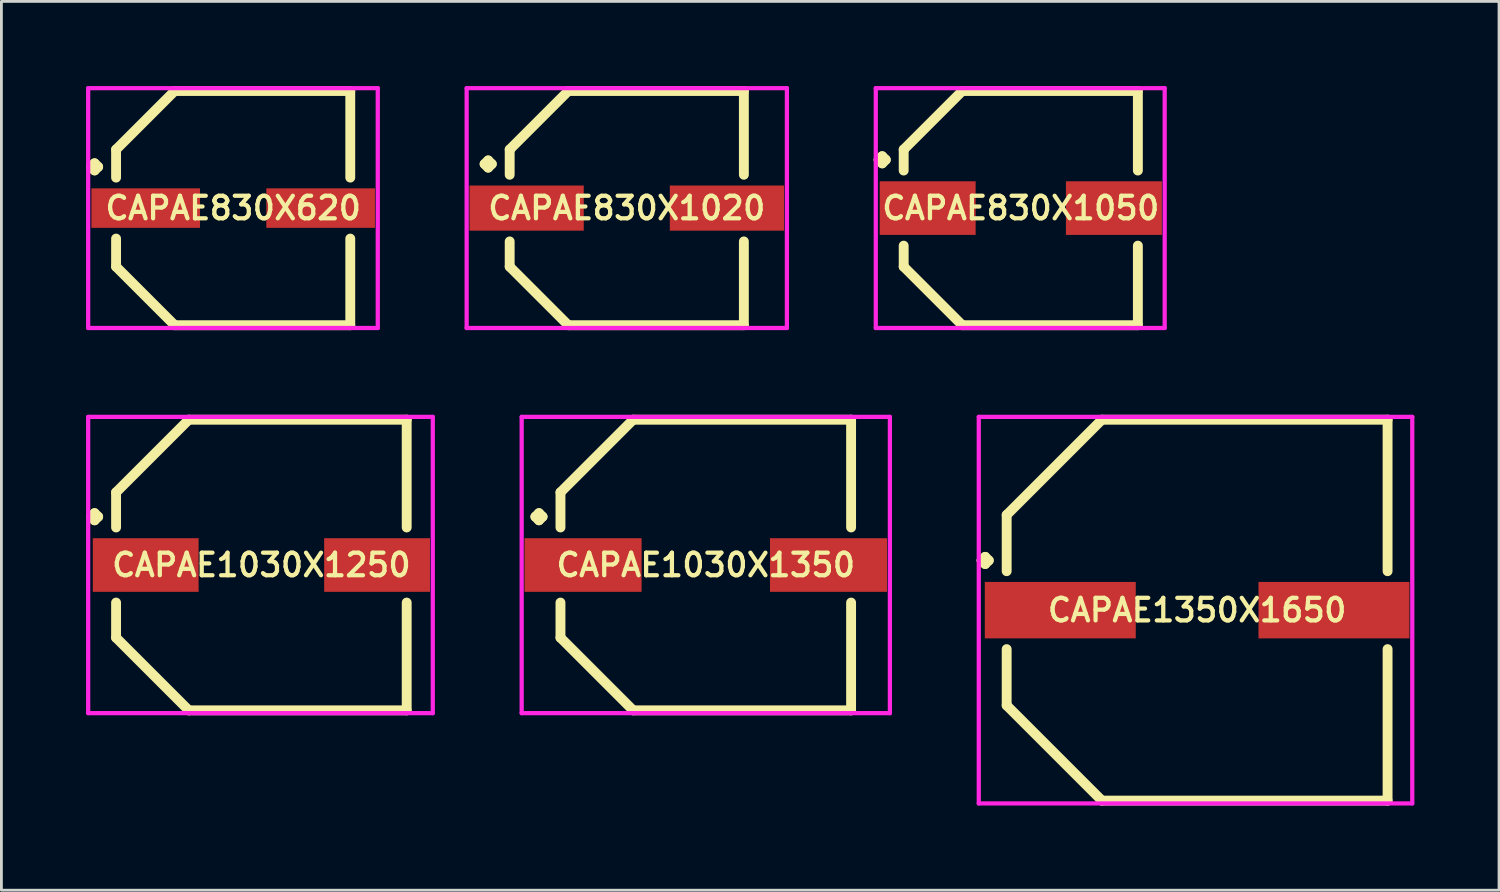
<source format=kicad_pcb>
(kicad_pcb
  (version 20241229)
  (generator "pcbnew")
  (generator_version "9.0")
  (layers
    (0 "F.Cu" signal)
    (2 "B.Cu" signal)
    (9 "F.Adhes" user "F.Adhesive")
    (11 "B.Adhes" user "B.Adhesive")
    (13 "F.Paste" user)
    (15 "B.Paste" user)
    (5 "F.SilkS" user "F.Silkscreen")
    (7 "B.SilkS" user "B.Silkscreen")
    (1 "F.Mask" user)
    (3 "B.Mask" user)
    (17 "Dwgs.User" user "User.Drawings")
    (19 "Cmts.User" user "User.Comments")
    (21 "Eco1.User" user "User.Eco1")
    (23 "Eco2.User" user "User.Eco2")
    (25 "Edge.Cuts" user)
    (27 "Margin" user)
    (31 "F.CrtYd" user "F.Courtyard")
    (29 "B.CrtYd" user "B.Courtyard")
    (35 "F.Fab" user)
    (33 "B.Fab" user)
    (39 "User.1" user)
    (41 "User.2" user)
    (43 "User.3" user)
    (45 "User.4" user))
  (footprint "CAPAE830X1050"
    (layer "F.Cu")
    (at 33.128 4.325)
    (property "Reference" "CAPAE830X1050" (at 0 0 0) (layer "F.SilkS") (effects (font (size 0.8 0.8) (thickness 0.15))))
    (attr smd)
    (fp_line (start -5.039 -1.712) (end -4.912 -1.839) (stroke (width 0.35) (type solid)) (layer "F.SilkS"))
    (fp_line (start -4.912 -1.839) (end -4.785 -1.712) (stroke (width 0.35) (type solid)) (layer "F.SilkS"))
    (fp_line (start -4.912 -1.585) (end -5.039 -1.712) (stroke (width 0.35) (type solid)) (layer "F.SilkS"))
    (fp_line (start -4.785 -1.712) (end -4.912 -1.585) (stroke (width 0.35) (type solid)) (layer "F.SilkS"))
    (fp_line (start -4.15 -2.075) (end -4.15 -1.331) (stroke (width 0.35) (type solid)) (layer "F.SilkS"))
    (fp_line (start -4.15 2.075) (end -4.15 1.331) (stroke (width 0.35) (type solid)) (layer "F.SilkS"))
    (fp_line (start -2.075 -4.15) (end -4.15 -2.075) (stroke (width 0.35) (type solid)) (layer "F.SilkS"))
    (fp_line (start -2.075 4.15) (end -4.15 2.075) (stroke (width 0.35) (type solid)) (layer "F.SilkS"))
    (fp_line (start 4.15 -4.15) (end -2.075 -4.15) (stroke (width 0.35) (type solid)) (layer "F.SilkS"))
    (fp_line (start 4.15 -1.331) (end 4.15 -4.15) (stroke (width 0.35) (type solid)) (layer "F.SilkS"))
    (fp_line (start 4.15 1.331) (end 4.15 4.15) (stroke (width 0.35) (type solid)) (layer "F.SilkS"))
    (fp_line (start 4.15 4.15) (end -2.075 4.15) (stroke (width 0.35) (type solid)) (layer "F.SilkS"))
    (fp_line (start -5.139 -4.25) (end 5.1 -4.25) (stroke (width 0.15) (type solid)) (layer "F.CrtYd"))
    (fp_line (start -5.139 4.25) (end -5.139 -4.25) (stroke (width 0.15) (type solid)) (layer "F.CrtYd"))
    (fp_line (start 5.1 -4.25) (end 5.1 4.25) (stroke (width 0.15) (type solid)) (layer "F.CrtYd"))
    (fp_line (start 5.1 4.25) (end -5.139 4.25) (stroke (width 0.15) (type solid)) (layer "F.CrtYd"))
    (pad "1" smd rect (at -3.3 0) (size 3.4 1.9) (layers "F.Cu" "F.Mask" "F.Paste"))
    (pad "2" smd rect (at 3.3 0) (size 3.4 1.9) (layers "F.Cu" "F.Mask" "F.Paste")))
  (footprint "CAPAE1350X1650"
    (layer "F.Cu")
    (at 39.378 18.575)
    (property "Reference" "CAPAE1350X1650" (at 0 0 0) (layer "F.SilkS") (effects (font (size 0.8 0.8) (thickness 0.15))))
    (attr smd)
    (fp_line (start -7.639 -1.762) (end -7.512 -1.889) (stroke (width 0.35) (type solid)) (layer "F.SilkS"))
    (fp_line (start -7.512 -1.889) (end -7.385 -1.762) (stroke (width 0.35) (type solid)) (layer "F.SilkS"))
    (fp_line (start -7.512 -1.635) (end -7.639 -1.762) (stroke (width 0.35) (type solid)) (layer "F.SilkS"))
    (fp_line (start -7.385 -1.762) (end -7.512 -1.635) (stroke (width 0.35) (type solid)) (layer "F.SilkS"))
    (fp_line (start -6.75 -3.375) (end -6.75 -1.381) (stroke (width 0.35) (type solid)) (layer "F.SilkS"))
    (fp_line (start -6.75 3.375) (end -6.75 1.381) (stroke (width 0.35) (type solid)) (layer "F.SilkS"))
    (fp_line (start -3.375 -6.75) (end -6.75 -3.375) (stroke (width 0.35) (type solid)) (layer "F.SilkS"))
    (fp_line (start -3.375 6.75) (end -6.75 3.375) (stroke (width 0.35) (type solid)) (layer "F.SilkS"))
    (fp_line (start 6.75 -6.75) (end -3.375 -6.75) (stroke (width 0.35) (type solid)) (layer "F.SilkS"))
    (fp_line (start 6.75 -1.381) (end 6.75 -6.75) (stroke (width 0.35) (type solid)) (layer "F.SilkS"))
    (fp_line (start 6.75 1.381) (end 6.75 6.75) (stroke (width 0.35) (type solid)) (layer "F.SilkS"))
    (fp_line (start 6.75 6.75) (end -3.375 6.75) (stroke (width 0.35) (type solid)) (layer "F.SilkS"))
    (fp_line (start -7.739 -6.85) (end 7.625 -6.85) (stroke (width 0.15) (type solid)) (layer "F.CrtYd"))
    (fp_line (start -7.739 6.85) (end -7.739 -6.85) (stroke (width 0.15) (type solid)) (layer "F.CrtYd"))
    (fp_line (start 7.625 -6.85) (end 7.625 6.85) (stroke (width 0.15) (type solid)) (layer "F.CrtYd"))
    (fp_line (start 7.625 6.85) (end -7.739 6.85) (stroke (width 0.15) (type solid)) (layer "F.CrtYd"))
    (pad "1" smd rect (at -4.85 0) (size 5.35 2) (layers "F.Cu" "F.Mask" "F.Paste"))
    (pad "2" smd rect (at 4.85 0) (size 5.35 2) (layers "F.Cu" "F.Mask" "F.Paste")))
  (footprint "CAPAE830X620"
    (layer "F.Cu")
    (at 5.214 4.325)
    (property "Reference" "CAPAE830X620" (at 0 0 0) (layer "F.SilkS") (effects (font (size 0.8 0.8) (thickness 0.15))))
    (attr smd)
    (fp_line (start -5.039 -1.462) (end -4.912 -1.589) (stroke (width 0.35) (type solid)) (layer "F.SilkS"))
    (fp_line (start -4.912 -1.589) (end -4.785 -1.462) (stroke (width 0.35) (type solid)) (layer "F.SilkS"))
    (fp_line (start -4.912 -1.335) (end -5.039 -1.462) (stroke (width 0.35) (type solid)) (layer "F.SilkS"))
    (fp_line (start -4.785 -1.462) (end -4.912 -1.335) (stroke (width 0.35) (type solid)) (layer "F.SilkS"))
    (fp_line (start -4.15 -2.075) (end -4.15 -1.081) (stroke (width 0.35) (type solid)) (layer "F.SilkS"))
    (fp_line (start -4.15 2.075) (end -4.15 1.081) (stroke (width 0.35) (type solid)) (layer "F.SilkS"))
    (fp_line (start -2.075 -4.15) (end -4.15 -2.075) (stroke (width 0.35) (type solid)) (layer "F.SilkS"))
    (fp_line (start -2.075 4.15) (end -4.15 2.075) (stroke (width 0.35) (type solid)) (layer "F.SilkS"))
    (fp_line (start 4.15 -4.15) (end -2.075 -4.15) (stroke (width 0.35) (type solid)) (layer "F.SilkS"))
    (fp_line (start 4.15 -1.081) (end 4.15 -4.15) (stroke (width 0.35) (type solid)) (layer "F.SilkS"))
    (fp_line (start 4.15 1.081) (end 4.15 4.15) (stroke (width 0.35) (type solid)) (layer "F.SilkS"))
    (fp_line (start 4.15 4.15) (end -2.075 4.15) (stroke (width 0.35) (type solid)) (layer "F.SilkS"))
    (fp_line (start -5.139 -4.25) (end 5.125 -4.25) (stroke (width 0.15) (type solid)) (layer "F.CrtYd"))
    (fp_line (start -5.139 4.25) (end -5.139 -4.25) (stroke (width 0.15) (type solid)) (layer "F.CrtYd"))
    (fp_line (start 5.125 -4.25) (end 5.125 4.25) (stroke (width 0.15) (type solid)) (layer "F.CrtYd"))
    (fp_line (start 5.125 4.25) (end -5.139 4.25) (stroke (width 0.15) (type solid)) (layer "F.CrtYd"))
    (pad "1" smd rect (at -3.1 0) (size 3.85 1.4) (layers "F.Cu" "F.Mask" "F.Paste"))
    (pad "2" smd rect (at 3.1 0) (size 3.85 1.4) (layers "F.Cu" "F.Mask" "F.Paste")))
  (footprint "CAPAE830X1020"
    (layer "F.Cu")
    (at 19.164 4.325)
    (property "Reference" "CAPAE830X1020" (at 0 0 0) (layer "F.SilkS") (effects (font (size 0.8 0.8) (thickness 0.15))))
    (attr smd)
    (fp_line (start -5.039 -1.562) (end -4.912 -1.689) (stroke (width 0.35) (type solid)) (layer "F.SilkS"))
    (fp_line (start -4.912 -1.689) (end -4.785 -1.562) (stroke (width 0.35) (type solid)) (layer "F.SilkS"))
    (fp_line (start -4.912 -1.435) (end -5.039 -1.562) (stroke (width 0.35) (type solid)) (layer "F.SilkS"))
    (fp_line (start -4.785 -1.562) (end -4.912 -1.435) (stroke (width 0.35) (type solid)) (layer "F.SilkS"))
    (fp_line (start -4.15 -2.075) (end -4.15 -1.181) (stroke (width 0.35) (type solid)) (layer "F.SilkS"))
    (fp_line (start -4.15 2.075) (end -4.15 1.181) (stroke (width 0.35) (type solid)) (layer "F.SilkS"))
    (fp_line (start -2.075 -4.15) (end -4.15 -2.075) (stroke (width 0.35) (type solid)) (layer "F.SilkS"))
    (fp_line (start -2.075 4.15) (end -4.15 2.075) (stroke (width 0.35) (type solid)) (layer "F.SilkS"))
    (fp_line (start 4.15 -4.15) (end -2.075 -4.15) (stroke (width 0.35) (type solid)) (layer "F.SilkS"))
    (fp_line (start 4.15 -1.181) (end 4.15 -4.15) (stroke (width 0.35) (type solid)) (layer "F.SilkS"))
    (fp_line (start 4.15 1.181) (end 4.15 4.15) (stroke (width 0.35) (type solid)) (layer "F.SilkS"))
    (fp_line (start 4.15 4.15) (end -2.075 4.15) (stroke (width 0.35) (type solid)) (layer "F.SilkS"))
    (fp_line (start -5.675 -4.25) (end 5.675 -4.25) (stroke (width 0.15) (type solid)) (layer "F.CrtYd"))
    (fp_line (start -5.675 4.25) (end -5.675 -4.25) (stroke (width 0.15) (type solid)) (layer "F.CrtYd"))
    (fp_line (start 5.675 -4.25) (end 5.675 4.25) (stroke (width 0.15) (type solid)) (layer "F.CrtYd"))
    (fp_line (start 5.675 4.25) (end -5.675 4.25) (stroke (width 0.15) (type solid)) (layer "F.CrtYd"))
    (pad "1" smd rect (at -3.55 0) (size 4.05 1.6) (layers "F.Cu" "F.Mask" "F.Paste"))
    (pad "2" smd rect (at 3.55 0) (size 4.05 1.6) (layers "F.Cu" "F.Mask" "F.Paste")))
  (footprint "CAPAE1030X1250"
    (layer "F.Cu")
    (at 6.214 16.975)
    (property "Reference" "CAPAE1030X1250" (at 0 0 0) (layer "F.SilkS") (effects (font (size 0.8 0.8) (thickness 0.15))))
    (attr smd)
    (fp_line (start -6.039 -1.712) (end -5.912 -1.839) (stroke (width 0.35) (type solid)) (layer "F.SilkS"))
    (fp_line (start -5.912 -1.839) (end -5.785 -1.712) (stroke (width 0.35) (type solid)) (layer "F.SilkS"))
    (fp_line (start -5.912 -1.585) (end -6.039 -1.712) (stroke (width 0.35) (type solid)) (layer "F.SilkS"))
    (fp_line (start -5.785 -1.712) (end -5.912 -1.585) (stroke (width 0.35) (type solid)) (layer "F.SilkS"))
    (fp_line (start -5.15 -2.575) (end -5.15 -1.331) (stroke (width 0.35) (type solid)) (layer "F.SilkS"))
    (fp_line (start -5.15 2.575) (end -5.15 1.331) (stroke (width 0.35) (type solid)) (layer "F.SilkS"))
    (fp_line (start -2.575 -5.15) (end -5.15 -2.575) (stroke (width 0.35) (type solid)) (layer "F.SilkS"))
    (fp_line (start -2.575 5.15) (end -5.15 2.575) (stroke (width 0.35) (type solid)) (layer "F.SilkS"))
    (fp_line (start 5.15 -5.15) (end -2.575 -5.15) (stroke (width 0.35) (type solid)) (layer "F.SilkS"))
    (fp_line (start 5.15 -1.331) (end 5.15 -5.15) (stroke (width 0.35) (type solid)) (layer "F.SilkS"))
    (fp_line (start 5.15 1.331) (end 5.15 5.15) (stroke (width 0.35) (type solid)) (layer "F.SilkS"))
    (fp_line (start 5.15 5.15) (end -2.575 5.15) (stroke (width 0.35) (type solid)) (layer "F.SilkS"))
    (fp_line (start -6.139 -5.25) (end 6.075 -5.25) (stroke (width 0.15) (type solid)) (layer "F.CrtYd"))
    (fp_line (start -6.139 5.25) (end -6.139 -5.25) (stroke (width 0.15) (type solid)) (layer "F.CrtYd"))
    (fp_line (start 6.075 -5.25) (end 6.075 5.25) (stroke (width 0.15) (type solid)) (layer "F.CrtYd"))
    (fp_line (start 6.075 5.25) (end -6.139 5.25) (stroke (width 0.15) (type solid)) (layer "F.CrtYd"))
    (pad "1" smd rect (at -4.1 0) (size 3.75 1.9) (layers "F.Cu" "F.Mask" "F.Paste"))
    (pad "2" smd rect (at 4.1 0) (size 3.75 1.9) (layers "F.Cu" "F.Mask" "F.Paste")))
  (footprint "CAPAE1030X1350"
    (layer "F.Cu")
    (at 21.964 16.975)
    (property "Reference" "CAPAE1030X1350" (at 0 0 0) (layer "F.SilkS") (effects (font (size 0.8 0.8) (thickness 0.15))))
    (attr smd)
    (fp_line (start -6.039 -1.712) (end -5.912 -1.839) (stroke (width 0.35) (type solid)) (layer "F.SilkS"))
    (fp_line (start -5.912 -1.839) (end -5.785 -1.712) (stroke (width 0.35) (type solid)) (layer "F.SilkS"))
    (fp_line (start -5.912 -1.585) (end -6.039 -1.712) (stroke (width 0.35) (type solid)) (layer "F.SilkS"))
    (fp_line (start -5.785 -1.712) (end -5.912 -1.585) (stroke (width 0.35) (type solid)) (layer "F.SilkS"))
    (fp_line (start -5.15 -2.575) (end -5.15 -1.331) (stroke (width 0.35) (type solid)) (layer "F.SilkS"))
    (fp_line (start -5.15 2.575) (end -5.15 1.331) (stroke (width 0.35) (type solid)) (layer "F.SilkS"))
    (fp_line (start -2.575 -5.15) (end -5.15 -2.575) (stroke (width 0.35) (type solid)) (layer "F.SilkS"))
    (fp_line (start -2.575 5.15) (end -5.15 2.575) (stroke (width 0.35) (type solid)) (layer "F.SilkS"))
    (fp_line (start 5.15 -5.15) (end -2.575 -5.15) (stroke (width 0.35) (type solid)) (layer "F.SilkS"))
    (fp_line (start 5.15 -1.331) (end 5.15 -5.15) (stroke (width 0.35) (type solid)) (layer "F.SilkS"))
    (fp_line (start 5.15 1.331) (end 5.15 5.15) (stroke (width 0.35) (type solid)) (layer "F.SilkS"))
    (fp_line (start 5.15 5.15) (end -2.575 5.15) (stroke (width 0.35) (type solid)) (layer "F.SilkS"))
    (fp_line (start -6.525 -5.25) (end 6.525 -5.25) (stroke (width 0.15) (type solid)) (layer "F.CrtYd"))
    (fp_line (start -6.525 5.25) (end -6.525 -5.25) (stroke (width 0.15) (type solid)) (layer "F.CrtYd"))
    (fp_line (start 6.525 -5.25) (end 6.525 5.25) (stroke (width 0.15) (type solid)) (layer "F.CrtYd"))
    (fp_line (start 6.525 5.25) (end -6.525 5.25) (stroke (width 0.15) (type solid)) (layer "F.CrtYd"))
    (pad "1" smd rect (at -4.35 0) (size 4.15 1.9) (layers "F.Cu" "F.Mask" "F.Paste"))
    (pad "2" smd rect (at 4.35 0) (size 4.15 1.9) (layers "F.Cu" "F.Mask" "F.Paste")))
  (gr_rect
    (start -3 -3)
    (end 50.078 28.5)
    (stroke (width 0.1) (type default))
    (fill no)
    (layer "Edge.Cuts")))
</source>
